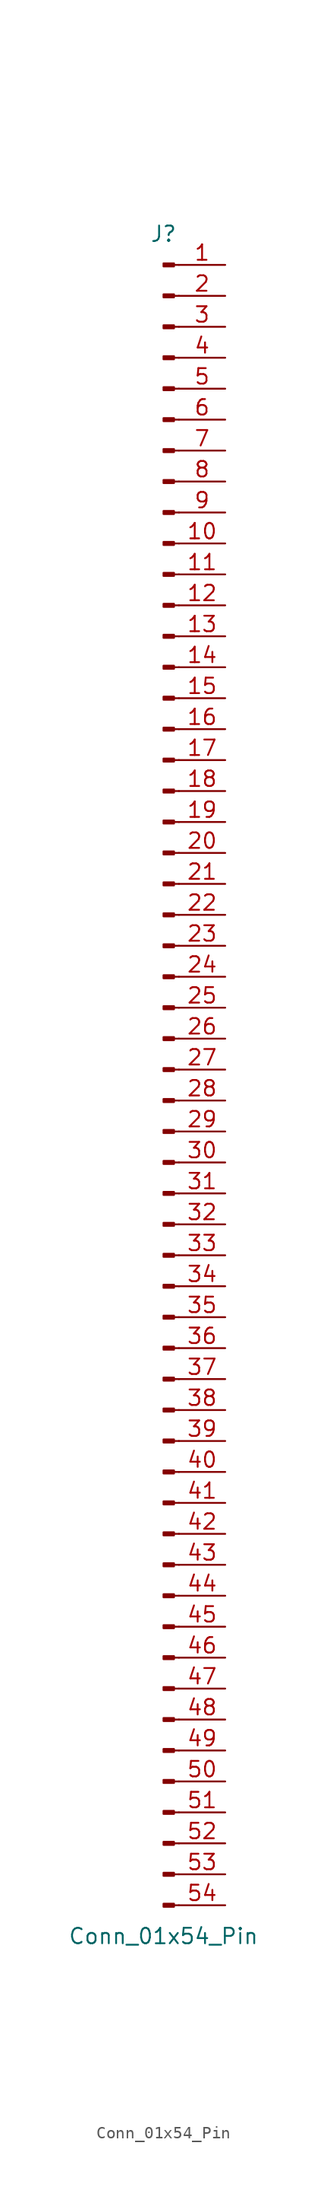
<source format=kicad_sym>
(kicad_symbol_lib
  (version 20220914)
  (generator kicad_symbol_editor)
  (symbol "Conn_01x54_Pin"
    (pin_names
      (offset 1.016) hide)
    (property "Reference" "J"
      (at 0 68.58 0)
      (effects (font (size 1.27 1.27))))
    (property "Value" "Conn_01x54_Pin"
      (at 0 -71.12 0)
      (effects (font (size 1.27 1.27))))
    (property "ki_locked" ""
      (at 0 0 0)
      (effects (font (size 1.27 1.27))))
    (symbol "Conn_01x54_Pin_1_1"
      (polyline (pts (xy 1.27 -68.58) (xy 0.864 -68.58)) (stroke (width 0.152) (type default)) (fill (type none)))
      (polyline (pts (xy 1.27 -66.04) (xy 0.864 -66.04)) (stroke (width 0.152) (type default)) (fill (type none)))
      (polyline (pts (xy 1.27 -63.5) (xy 0.864 -63.5)) (stroke (width 0.152) (type default)) (fill (type none)))
      (polyline (pts (xy 1.27 -60.96) (xy 0.864 -60.96)) (stroke (width 0.152) (type default)) (fill (type none)))
      (polyline (pts (xy 1.27 -58.42) (xy 0.864 -58.42)) (stroke (width 0.152) (type default)) (fill (type none)))
      (polyline (pts (xy 1.27 -55.88) (xy 0.864 -55.88)) (stroke (width 0.152) (type default)) (fill (type none)))
      (polyline (pts (xy 1.27 -53.34) (xy 0.864 -53.34)) (stroke (width 0.152) (type default)) (fill (type none)))
      (polyline (pts (xy 1.27 -50.8) (xy 0.864 -50.8)) (stroke (width 0.152) (type default)) (fill (type none)))
      (polyline (pts (xy 1.27 -48.26) (xy 0.864 -48.26)) (stroke (width 0.152) (type default)) (fill (type none)))
      (polyline (pts (xy 1.27 -45.72) (xy 0.864 -45.72)) (stroke (width 0.152) (type default)) (fill (type none)))
      (polyline (pts (xy 1.27 -43.18) (xy 0.864 -43.18)) (stroke (width 0.152) (type default)) (fill (type none)))
      (polyline (pts (xy 1.27 -40.64) (xy 0.864 -40.64)) (stroke (width 0.152) (type default)) (fill (type none)))
      (polyline (pts (xy 1.27 -38.1) (xy 0.864 -38.1)) (stroke (width 0.152) (type default)) (fill (type none)))
      (polyline (pts (xy 1.27 -35.56) (xy 0.864 -35.56)) (stroke (width 0.152) (type default)) (fill (type none)))
      (polyline (pts (xy 1.27 -33.02) (xy 0.864 -33.02)) (stroke (width 0.152) (type default)) (fill (type none)))
      (polyline (pts (xy 1.27 -30.48) (xy 0.864 -30.48)) (stroke (width 0.152) (type default)) (fill (type none)))
      (polyline (pts (xy 1.27 -27.94) (xy 0.864 -27.94)) (stroke (width 0.152) (type default)) (fill (type none)))
      (polyline (pts (xy 1.27 -25.4) (xy 0.864 -25.4)) (stroke (width 0.152) (type default)) (fill (type none)))
      (polyline (pts (xy 1.27 -22.86) (xy 0.864 -22.86)) (stroke (width 0.152) (type default)) (fill (type none)))
      (polyline (pts (xy 1.27 -20.32) (xy 0.864 -20.32)) (stroke (width 0.152) (type default)) (fill (type none)))
      (polyline (pts (xy 1.27 -17.78) (xy 0.864 -17.78)) (stroke (width 0.152) (type default)) (fill (type none)))
      (polyline (pts (xy 1.27 -15.24) (xy 0.864 -15.24)) (stroke (width 0.152) (type default)) (fill (type none)))
      (polyline (pts (xy 1.27 -12.7) (xy 0.864 -12.7)) (stroke (width 0.152) (type default)) (fill (type none)))
      (polyline (pts (xy 1.27 -10.16) (xy 0.864 -10.16)) (stroke (width 0.152) (type default)) (fill (type none)))
      (polyline (pts (xy 1.27 -7.62) (xy 0.864 -7.62)) (stroke (width 0.152) (type default)) (fill (type none)))
      (polyline (pts (xy 1.27 -5.08) (xy 0.864 -5.08)) (stroke (width 0.152) (type default)) (fill (type none)))
      (polyline (pts (xy 1.27 -2.54) (xy 0.864 -2.54)) (stroke (width 0.152) (type default)) (fill (type none)))
      (polyline (pts (xy 1.27 0) (xy 0.864 0)) (stroke (width 0.152) (type default)) (fill (type none)))
      (polyline (pts (xy 1.27 2.54) (xy 0.864 2.54)) (stroke (width 0.152) (type default)) (fill (type none)))
      (polyline (pts (xy 1.27 5.08) (xy 0.864 5.08)) (stroke (width 0.152) (type default)) (fill (type none)))
      (polyline (pts (xy 1.27 7.62) (xy 0.864 7.62)) (stroke (width 0.152) (type default)) (fill (type none)))
      (polyline (pts (xy 1.27 10.16) (xy 0.864 10.16)) (stroke (width 0.152) (type default)) (fill (type none)))
      (polyline (pts (xy 1.27 12.7) (xy 0.864 12.7)) (stroke (width 0.152) (type default)) (fill (type none)))
      (polyline (pts (xy 1.27 15.24) (xy 0.864 15.24)) (stroke (width 0.152) (type default)) (fill (type none)))
      (polyline (pts (xy 1.27 17.78) (xy 0.864 17.78)) (stroke (width 0.152) (type default)) (fill (type none)))
      (polyline (pts (xy 1.27 20.32) (xy 0.864 20.32)) (stroke (width 0.152) (type default)) (fill (type none)))
      (polyline (pts (xy 1.27 22.86) (xy 0.864 22.86)) (stroke (width 0.152) (type default)) (fill (type none)))
      (polyline (pts (xy 1.27 25.4) (xy 0.864 25.4)) (stroke (width 0.152) (type default)) (fill (type none)))
      (polyline (pts (xy 1.27 27.94) (xy 0.864 27.94)) (stroke (width 0.152) (type default)) (fill (type none)))
      (polyline (pts (xy 1.27 30.48) (xy 0.864 30.48)) (stroke (width 0.152) (type default)) (fill (type none)))
      (polyline (pts (xy 1.27 33.02) (xy 0.864 33.02)) (stroke (width 0.152) (type default)) (fill (type none)))
      (polyline (pts (xy 1.27 35.56) (xy 0.864 35.56)) (stroke (width 0.152) (type default)) (fill (type none)))
      (polyline (pts (xy 1.27 38.1) (xy 0.864 38.1)) (stroke (width 0.152) (type default)) (fill (type none)))
      (polyline (pts (xy 1.27 40.64) (xy 0.864 40.64)) (stroke (width 0.152) (type default)) (fill (type none)))
      (polyline (pts (xy 1.27 43.18) (xy 0.864 43.18)) (stroke (width 0.152) (type default)) (fill (type none)))
      (polyline (pts (xy 1.27 45.72) (xy 0.864 45.72)) (stroke (width 0.152) (type default)) (fill (type none)))
      (polyline (pts (xy 1.27 48.26) (xy 0.864 48.26)) (stroke (width 0.152) (type default)) (fill (type none)))
      (polyline (pts (xy 1.27 50.8) (xy 0.864 50.8)) (stroke (width 0.152) (type default)) (fill (type none)))
      (polyline (pts (xy 1.27 53.34) (xy 0.864 53.34)) (stroke (width 0.152) (type default)) (fill (type none)))
      (polyline (pts (xy 1.27 55.88) (xy 0.864 55.88)) (stroke (width 0.152) (type default)) (fill (type none)))
      (polyline (pts (xy 1.27 58.42) (xy 0.864 58.42)) (stroke (width 0.152) (type default)) (fill (type none)))
      (polyline (pts (xy 1.27 60.96) (xy 0.864 60.96)) (stroke (width 0.152) (type default)) (fill (type none)))
      (polyline (pts (xy 1.27 63.5) (xy 0.864 63.5)) (stroke (width 0.152) (type default)) (fill (type none)))
      (polyline (pts (xy 1.27 66.04) (xy 0.864 66.04)) (stroke (width 0.152) (type default)) (fill (type none)))
      (rectangle (start 0.864 -68.453) (end 0 -68.707) (stroke (width 0.152) (type default)) (fill (type outline)))
      (rectangle (start 0.864 -65.913) (end 0 -66.167) (stroke (width 0.152) (type default)) (fill (type outline)))
      (rectangle (start 0.864 -63.373) (end 0 -63.627) (stroke (width 0.152) (type default)) (fill (type outline)))
      (rectangle (start 0.864 -60.833) (end 0 -61.087) (stroke (width 0.152) (type default)) (fill (type outline)))
      (rectangle (start 0.864 -58.293) (end 0 -58.547) (stroke (width 0.152) (type default)) (fill (type outline)))
      (rectangle (start 0.864 -55.753) (end 0 -56.007) (stroke (width 0.152) (type default)) (fill (type outline)))
      (rectangle (start 0.864 -53.213) (end 0 -53.467) (stroke (width 0.152) (type default)) (fill (type outline)))
      (rectangle (start 0.864 -50.673) (end 0 -50.927) (stroke (width 0.152) (type default)) (fill (type outline)))
      (rectangle (start 0.864 -48.133) (end 0 -48.387) (stroke (width 0.152) (type default)) (fill (type outline)))
      (rectangle (start 0.864 -45.593) (end 0 -45.847) (stroke (width 0.152) (type default)) (fill (type outline)))
      (rectangle (start 0.864 -43.053) (end 0 -43.307) (stroke (width 0.152) (type default)) (fill (type outline)))
      (rectangle (start 0.864 -40.513) (end 0 -40.767) (stroke (width 0.152) (type default)) (fill (type outline)))
      (rectangle (start 0.864 -37.973) (end 0 -38.227) (stroke (width 0.152) (type default)) (fill (type outline)))
      (rectangle (start 0.864 -35.433) (end 0 -35.687) (stroke (width 0.152) (type default)) (fill (type outline)))
      (rectangle (start 0.864 -32.893) (end 0 -33.147) (stroke (width 0.152) (type default)) (fill (type outline)))
      (rectangle (start 0.864 -30.353) (end 0 -30.607) (stroke (width 0.152) (type default)) (fill (type outline)))
      (rectangle (start 0.864 -27.813) (end 0 -28.067) (stroke (width 0.152) (type default)) (fill (type outline)))
      (rectangle (start 0.864 -25.273) (end 0 -25.527) (stroke (width 0.152) (type default)) (fill (type outline)))
      (rectangle (start 0.864 -22.733) (end 0 -22.987) (stroke (width 0.152) (type default)) (fill (type outline)))
      (rectangle (start 0.864 -20.193) (end 0 -20.447) (stroke (width 0.152) (type default)) (fill (type outline)))
      (rectangle (start 0.864 -17.653) (end 0 -17.907) (stroke (width 0.152) (type default)) (fill (type outline)))
      (rectangle (start 0.864 -15.113) (end 0 -15.367) (stroke (width 0.152) (type default)) (fill (type outline)))
      (rectangle (start 0.864 -12.573) (end 0 -12.827) (stroke (width 0.152) (type default)) (fill (type outline)))
      (rectangle (start 0.864 -10.033) (end 0 -10.287) (stroke (width 0.152) (type default)) (fill (type outline)))
      (rectangle (start 0.864 -7.493) (end 0 -7.747) (stroke (width 0.152) (type default)) (fill (type outline)))
      (rectangle (start 0.864 -4.953) (end 0 -5.207) (stroke (width 0.152) (type default)) (fill (type outline)))
      (rectangle (start 0.864 -2.413) (end 0 -2.667) (stroke (width 0.152) (type default)) (fill (type outline)))
      (rectangle (start 0.864 0.127) (end 0 -0.127) (stroke (width 0.152) (type default)) (fill (type outline)))
      (rectangle (start 0.864 2.667) (end 0 2.413) (stroke (width 0.152) (type default)) (fill (type outline)))
      (rectangle (start 0.864 5.207) (end 0 4.953) (stroke (width 0.152) (type default)) (fill (type outline)))
      (rectangle (start 0.864 7.747) (end 0 7.493) (stroke (width 0.152) (type default)) (fill (type outline)))
      (rectangle (start 0.864 10.287) (end 0 10.033) (stroke (width 0.152) (type default)) (fill (type outline)))
      (rectangle (start 0.864 12.827) (end 0 12.573) (stroke (width 0.152) (type default)) (fill (type outline)))
      (rectangle (start 0.864 15.367) (end 0 15.113) (stroke (width 0.152) (type default)) (fill (type outline)))
      (rectangle (start 0.864 17.907) (end 0 17.653) (stroke (width 0.152) (type default)) (fill (type outline)))
      (rectangle (start 0.864 20.447) (end 0 20.193) (stroke (width 0.152) (type default)) (fill (type outline)))
      (rectangle (start 0.864 22.987) (end 0 22.733) (stroke (width 0.152) (type default)) (fill (type outline)))
      (rectangle (start 0.864 25.527) (end 0 25.273) (stroke (width 0.152) (type default)) (fill (type outline)))
      (rectangle (start 0.864 28.067) (end 0 27.813) (stroke (width 0.152) (type default)) (fill (type outline)))
      (rectangle (start 0.864 30.607) (end 0 30.353) (stroke (width 0.152) (type default)) (fill (type outline)))
      (rectangle (start 0.864 33.147) (end 0 32.893) (stroke (width 0.152) (type default)) (fill (type outline)))
      (rectangle (start 0.864 35.687) (end 0 35.433) (stroke (width 0.152) (type default)) (fill (type outline)))
      (rectangle (start 0.864 38.227) (end 0 37.973) (stroke (width 0.152) (type default)) (fill (type outline)))
      (rectangle (start 0.864 40.767) (end 0 40.513) (stroke (width 0.152) (type default)) (fill (type outline)))
      (rectangle (start 0.864 43.307) (end 0 43.053) (stroke (width 0.152) (type default)) (fill (type outline)))
      (rectangle (start 0.864 45.847) (end 0 45.593) (stroke (width 0.152) (type default)) (fill (type outline)))
      (rectangle (start 0.864 48.387) (end 0 48.133) (stroke (width 0.152) (type default)) (fill (type outline)))
      (rectangle (start 0.864 50.927) (end 0 50.673) (stroke (width 0.152) (type default)) (fill (type outline)))
      (rectangle (start 0.864 53.467) (end 0 53.213) (stroke (width 0.152) (type default)) (fill (type outline)))
      (rectangle (start 0.864 56.007) (end 0 55.753) (stroke (width 0.152) (type default)) (fill (type outline)))
      (rectangle (start 0.864 58.547) (end 0 58.293) (stroke (width 0.152) (type default)) (fill (type outline)))
      (rectangle (start 0.864 61.087) (end 0 60.833) (stroke (width 0.152) (type default)) (fill (type outline)))
      (rectangle (start 0.864 63.627) (end 0 63.373) (stroke (width 0.152) (type default)) (fill (type outline)))
      (rectangle (start 0.864 66.167) (end 0 65.913) (stroke (width 0.152) (type default)) (fill (type outline)))
      (pin passive line (at 5.08 66.04 180) (length 3.81) (name "Pin_1" (effects (font (size 1.27 1.27)))) (number "1" (effects (font (size 1.27 1.27)))))
      (pin passive line (at 5.08 43.18 180) (length 3.81) (name "Pin_10" (effects (font (size 1.27 1.27)))) (number "10" (effects (font (size 1.27 1.27)))))
      (pin passive line (at 5.08 40.64 180) (length 3.81) (name "Pin_11" (effects (font (size 1.27 1.27)))) (number "11" (effects (font (size 1.27 1.27)))))
      (pin passive line (at 5.08 38.1 180) (length 3.81) (name "Pin_12" (effects (font (size 1.27 1.27)))) (number "12" (effects (font (size 1.27 1.27)))))
      (pin passive line (at 5.08 35.56 180) (length 3.81) (name "Pin_13" (effects (font (size 1.27 1.27)))) (number "13" (effects (font (size 1.27 1.27)))))
      (pin passive line (at 5.08 33.02 180) (length 3.81) (name "Pin_14" (effects (font (size 1.27 1.27)))) (number "14" (effects (font (size 1.27 1.27)))))
      (pin passive line (at 5.08 30.48 180) (length 3.81) (name "Pin_15" (effects (font (size 1.27 1.27)))) (number "15" (effects (font (size 1.27 1.27)))))
      (pin passive line (at 5.08 27.94 180) (length 3.81) (name "Pin_16" (effects (font (size 1.27 1.27)))) (number "16" (effects (font (size 1.27 1.27)))))
      (pin passive line (at 5.08 25.4 180) (length 3.81) (name "Pin_17" (effects (font (size 1.27 1.27)))) (number "17" (effects (font (size 1.27 1.27)))))
      (pin passive line (at 5.08 22.86 180) (length 3.81) (name "Pin_18" (effects (font (size 1.27 1.27)))) (number "18" (effects (font (size 1.27 1.27)))))
      (pin passive line (at 5.08 20.32 180) (length 3.81) (name "Pin_19" (effects (font (size 1.27 1.27)))) (number "19" (effects (font (size 1.27 1.27)))))
      (pin passive line (at 5.08 63.5 180) (length 3.81) (name "Pin_2" (effects (font (size 1.27 1.27)))) (number "2" (effects (font (size 1.27 1.27)))))
      (pin passive line (at 5.08 17.78 180) (length 3.81) (name "Pin_20" (effects (font (size 1.27 1.27)))) (number "20" (effects (font (size 1.27 1.27)))))
      (pin passive line (at 5.08 15.24 180) (length 3.81) (name "Pin_21" (effects (font (size 1.27 1.27)))) (number "21" (effects (font (size 1.27 1.27)))))
      (pin passive line (at 5.08 12.7 180) (length 3.81) (name "Pin_22" (effects (font (size 1.27 1.27)))) (number "22" (effects (font (size 1.27 1.27)))))
      (pin passive line (at 5.08 10.16 180) (length 3.81) (name "Pin_23" (effects (font (size 1.27 1.27)))) (number "23" (effects (font (size 1.27 1.27)))))
      (pin passive line (at 5.08 7.62 180) (length 3.81) (name "Pin_24" (effects (font (size 1.27 1.27)))) (number "24" (effects (font (size 1.27 1.27)))))
      (pin passive line (at 5.08 5.08 180) (length 3.81) (name "Pin_25" (effects (font (size 1.27 1.27)))) (number "25" (effects (font (size 1.27 1.27)))))
      (pin passive line (at 5.08 2.54 180) (length 3.81) (name "Pin_26" (effects (font (size 1.27 1.27)))) (number "26" (effects (font (size 1.27 1.27)))))
      (pin passive line (at 5.08 0 180) (length 3.81) (name "Pin_27" (effects (font (size 1.27 1.27)))) (number "27" (effects (font (size 1.27 1.27)))))
      (pin passive line (at 5.08 -2.54 180) (length 3.81) (name "Pin_28" (effects (font (size 1.27 1.27)))) (number "28" (effects (font (size 1.27 1.27)))))
      (pin passive line (at 5.08 -5.08 180) (length 3.81) (name "Pin_29" (effects (font (size 1.27 1.27)))) (number "29" (effects (font (size 1.27 1.27)))))
      (pin passive line (at 5.08 60.96 180) (length 3.81) (name "Pin_3" (effects (font (size 1.27 1.27)))) (number "3" (effects (font (size 1.27 1.27)))))
      (pin passive line (at 5.08 -7.62 180) (length 3.81) (name "Pin_30" (effects (font (size 1.27 1.27)))) (number "30" (effects (font (size 1.27 1.27)))))
      (pin passive line (at 5.08 -10.16 180) (length 3.81) (name "Pin_31" (effects (font (size 1.27 1.27)))) (number "31" (effects (font (size 1.27 1.27)))))
      (pin passive line (at 5.08 -12.7 180) (length 3.81) (name "Pin_32" (effects (font (size 1.27 1.27)))) (number "32" (effects (font (size 1.27 1.27)))))
      (pin passive line (at 5.08 -15.24 180) (length 3.81) (name "Pin_33" (effects (font (size 1.27 1.27)))) (number "33" (effects (font (size 1.27 1.27)))))
      (pin passive line (at 5.08 -17.78 180) (length 3.81) (name "Pin_34" (effects (font (size 1.27 1.27)))) (number "34" (effects (font (size 1.27 1.27)))))
      (pin passive line (at 5.08 -20.32 180) (length 3.81) (name "Pin_35" (effects (font (size 1.27 1.27)))) (number "35" (effects (font (size 1.27 1.27)))))
      (pin passive line (at 5.08 -22.86 180) (length 3.81) (name "Pin_36" (effects (font (size 1.27 1.27)))) (number "36" (effects (font (size 1.27 1.27)))))
      (pin passive line (at 5.08 -25.4 180) (length 3.81) (name "Pin_37" (effects (font (size 1.27 1.27)))) (number "37" (effects (font (size 1.27 1.27)))))
      (pin passive line (at 5.08 -27.94 180) (length 3.81) (name "Pin_38" (effects (font (size 1.27 1.27)))) (number "38" (effects (font (size 1.27 1.27)))))
      (pin passive line (at 5.08 -30.48 180) (length 3.81) (name "Pin_39" (effects (font (size 1.27 1.27)))) (number "39" (effects (font (size 1.27 1.27)))))
      (pin passive line (at 5.08 58.42 180) (length 3.81) (name "Pin_4" (effects (font (size 1.27 1.27)))) (number "4" (effects (font (size 1.27 1.27)))))
      (pin passive line (at 5.08 -33.02 180) (length 3.81) (name "Pin_40" (effects (font (size 1.27 1.27)))) (number "40" (effects (font (size 1.27 1.27)))))
      (pin passive line (at 5.08 -35.56 180) (length 3.81) (name "Pin_41" (effects (font (size 1.27 1.27)))) (number "41" (effects (font (size 1.27 1.27)))))
      (pin passive line (at 5.08 -38.1 180) (length 3.81) (name "Pin_42" (effects (font (size 1.27 1.27)))) (number "42" (effects (font (size 1.27 1.27)))))
      (pin passive line (at 5.08 -40.64 180) (length 3.81) (name "Pin_43" (effects (font (size 1.27 1.27)))) (number "43" (effects (font (size 1.27 1.27)))))
      (pin passive line (at 5.08 -43.18 180) (length 3.81) (name "Pin_44" (effects (font (size 1.27 1.27)))) (number "44" (effects (font (size 1.27 1.27)))))
      (pin passive line (at 5.08 -45.72 180) (length 3.81) (name "Pin_45" (effects (font (size 1.27 1.27)))) (number "45" (effects (font (size 1.27 1.27)))))
      (pin passive line (at 5.08 -48.26 180) (length 3.81) (name "Pin_46" (effects (font (size 1.27 1.27)))) (number "46" (effects (font (size 1.27 1.27)))))
      (pin passive line (at 5.08 -50.8 180) (length 3.81) (name "Pin_47" (effects (font (size 1.27 1.27)))) (number "47" (effects (font (size 1.27 1.27)))))
      (pin passive line (at 5.08 -53.34 180) (length 3.81) (name "Pin_48" (effects (font (size 1.27 1.27)))) (number "48" (effects (font (size 1.27 1.27)))))
      (pin passive line (at 5.08 -55.88 180) (length 3.81) (name "Pin_49" (effects (font (size 1.27 1.27)))) (number "49" (effects (font (size 1.27 1.27)))))
      (pin passive line (at 5.08 55.88 180) (length 3.81) (name "Pin_5" (effects (font (size 1.27 1.27)))) (number "5" (effects (font (size 1.27 1.27)))))
      (pin passive line (at 5.08 -58.42 180) (length 3.81) (name "Pin_50" (effects (font (size 1.27 1.27)))) (number "50" (effects (font (size 1.27 1.27)))))
      (pin passive line (at 5.08 -60.96 180) (length 3.81) (name "Pin_51" (effects (font (size 1.27 1.27)))) (number "51" (effects (font (size 1.27 1.27)))))
      (pin passive line (at 5.08 -63.5 180) (length 3.81) (name "Pin_52" (effects (font (size 1.27 1.27)))) (number "52" (effects (font (size 1.27 1.27)))))
      (pin passive line (at 5.08 -66.04 180) (length 3.81) (name "Pin_53" (effects (font (size 1.27 1.27)))) (number "53" (effects (font (size 1.27 1.27)))))
      (pin passive line (at 5.08 -68.58 180) (length 3.81) (name "Pin_54" (effects (font (size 1.27 1.27)))) (number "54" (effects (font (size 1.27 1.27)))))
      (pin passive line (at 5.08 53.34 180) (length 3.81) (name "Pin_6" (effects (font (size 1.27 1.27)))) (number "6" (effects (font (size 1.27 1.27)))))
      (pin passive line (at 5.08 50.8 180) (length 3.81) (name "Pin_7" (effects (font (size 1.27 1.27)))) (number "7" (effects (font (size 1.27 1.27)))))
      (pin passive line (at 5.08 48.26 180) (length 3.81) (name "Pin_8" (effects (font (size 1.27 1.27)))) (number "8" (effects (font (size 1.27 1.27)))))
      (pin passive line (at 5.08 45.72 180) (length 3.81) (name "Pin_9" (effects (font (size 1.27 1.27)))) (number "9" (effects (font (size 1.27 1.27))))))))
</source>
